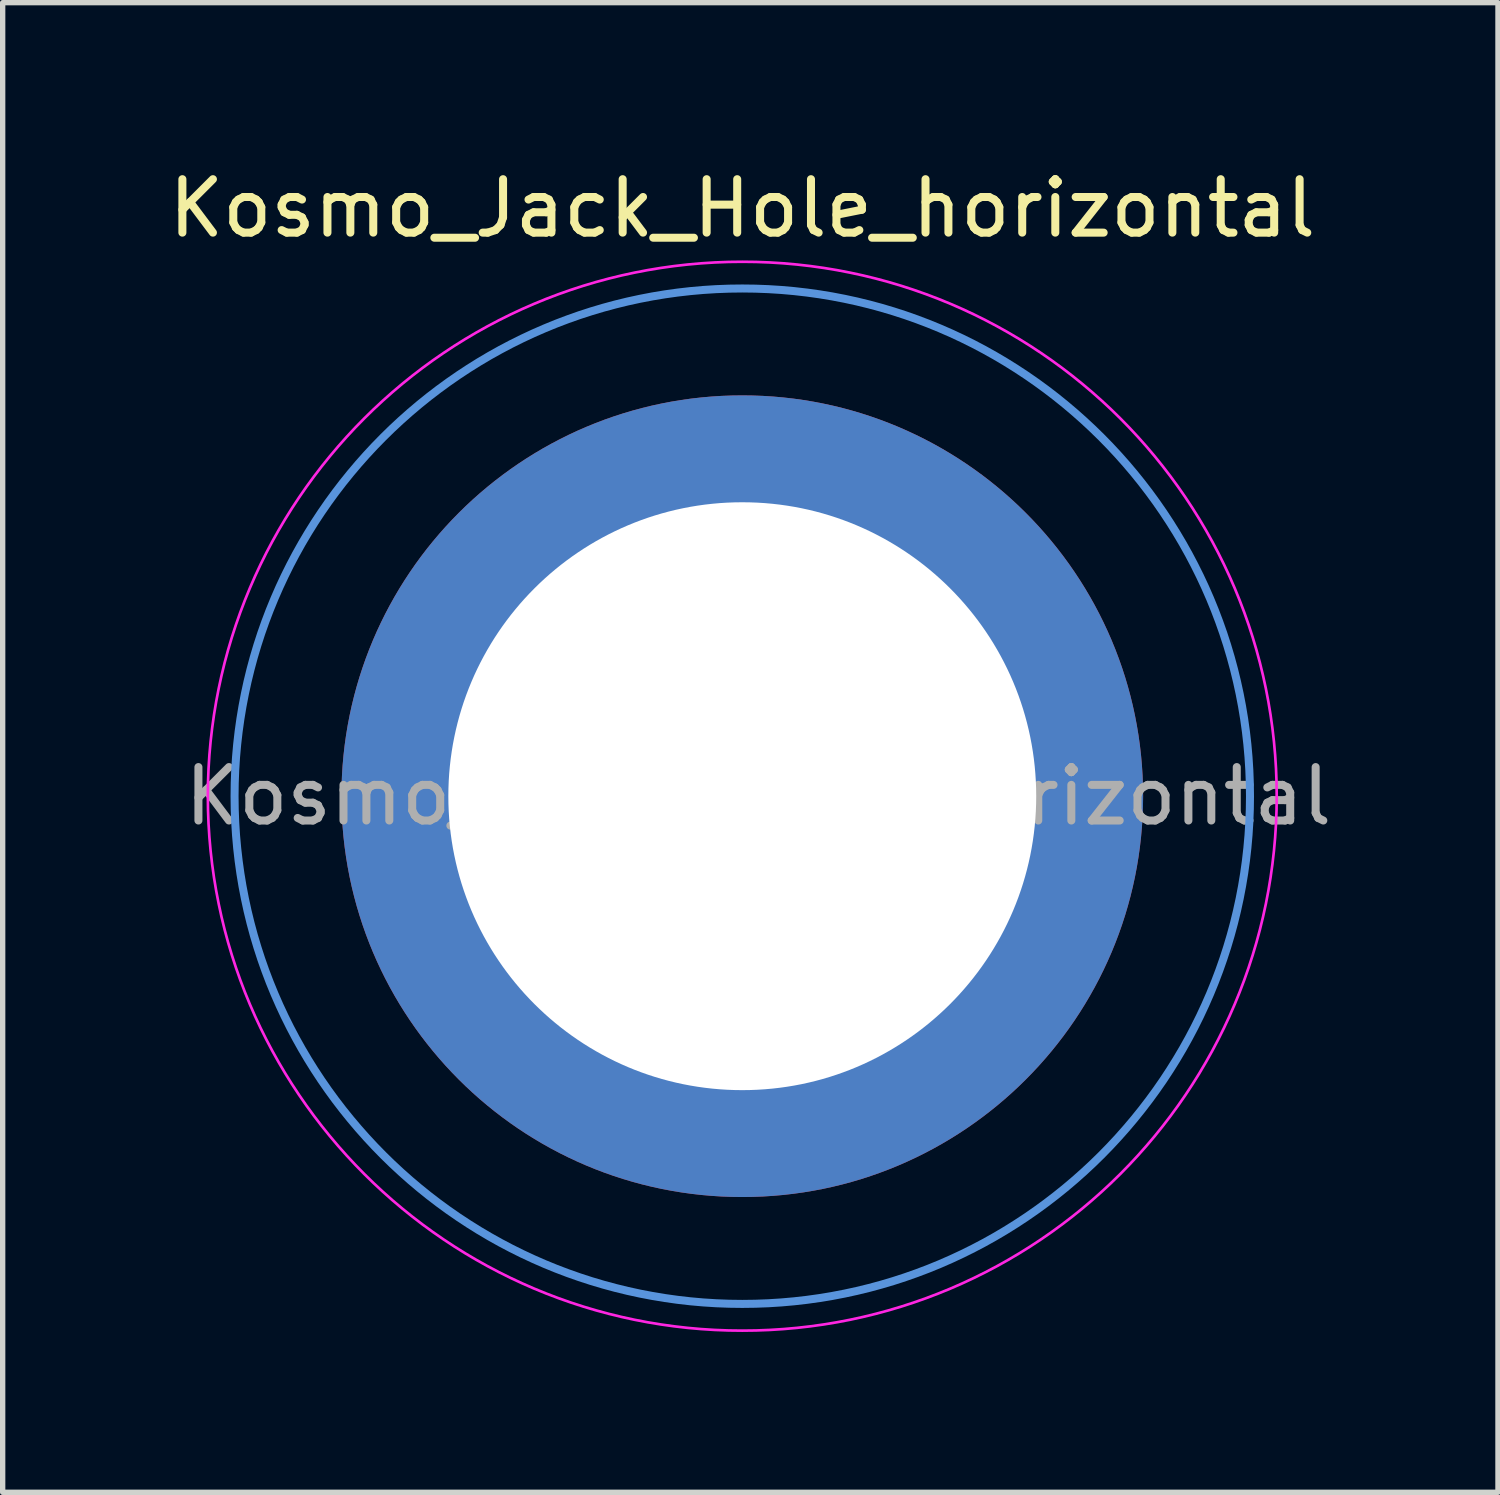
<source format=kicad_pcb>
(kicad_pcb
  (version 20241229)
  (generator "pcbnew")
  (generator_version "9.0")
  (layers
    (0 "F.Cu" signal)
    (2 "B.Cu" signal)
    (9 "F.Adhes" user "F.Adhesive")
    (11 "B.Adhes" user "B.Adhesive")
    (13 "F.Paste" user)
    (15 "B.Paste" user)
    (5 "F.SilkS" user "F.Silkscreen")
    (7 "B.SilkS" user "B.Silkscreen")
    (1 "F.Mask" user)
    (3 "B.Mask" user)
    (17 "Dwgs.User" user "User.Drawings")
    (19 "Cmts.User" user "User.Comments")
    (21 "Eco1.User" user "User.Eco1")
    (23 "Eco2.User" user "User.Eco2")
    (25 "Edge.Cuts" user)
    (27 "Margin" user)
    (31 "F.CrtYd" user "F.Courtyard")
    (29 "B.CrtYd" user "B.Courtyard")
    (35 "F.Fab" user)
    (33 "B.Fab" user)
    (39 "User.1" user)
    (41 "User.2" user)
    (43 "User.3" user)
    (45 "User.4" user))
  (footprint "Kosmo_Jack_Hole_horizontal"
    (layer "F.Cu")
    (at 10.839 11.848)
    (property "Reference" "Kosmo_Jack_Hole_horizontal" (at 0 -11 0) (layer "F.SilkS") (effects (font (size 1 1) (thickness 0.15))))
    (attr exclude_from_pos_files exclude_from_bom)
    (fp_circle (center 0 0) (end 9.5 0) (stroke (width 0.15) (type solid)) (fill no) (layer "Cmts.User"))
    (fp_circle (center 0 0) (end 10 0) (stroke (width 0.05) (type solid)) (fill no) (layer "F.CrtYd"))
    (fp_text user "${REFERENCE}" (at 0.3 0 0) (layer "F.Fab") (effects (font (size 1 1) (thickness 0.15))))
    (pad "1" thru_hole circle (at 0 0) (size 15 15) (drill 11) (layers "*.Cu" "*.Mask")))
  (gr_rect
    (start -3 -3)
    (end 24.979 24.873)
    (stroke (width 0.1) (type default))
    (fill no)
    (layer "Edge.Cuts")))
</source>
